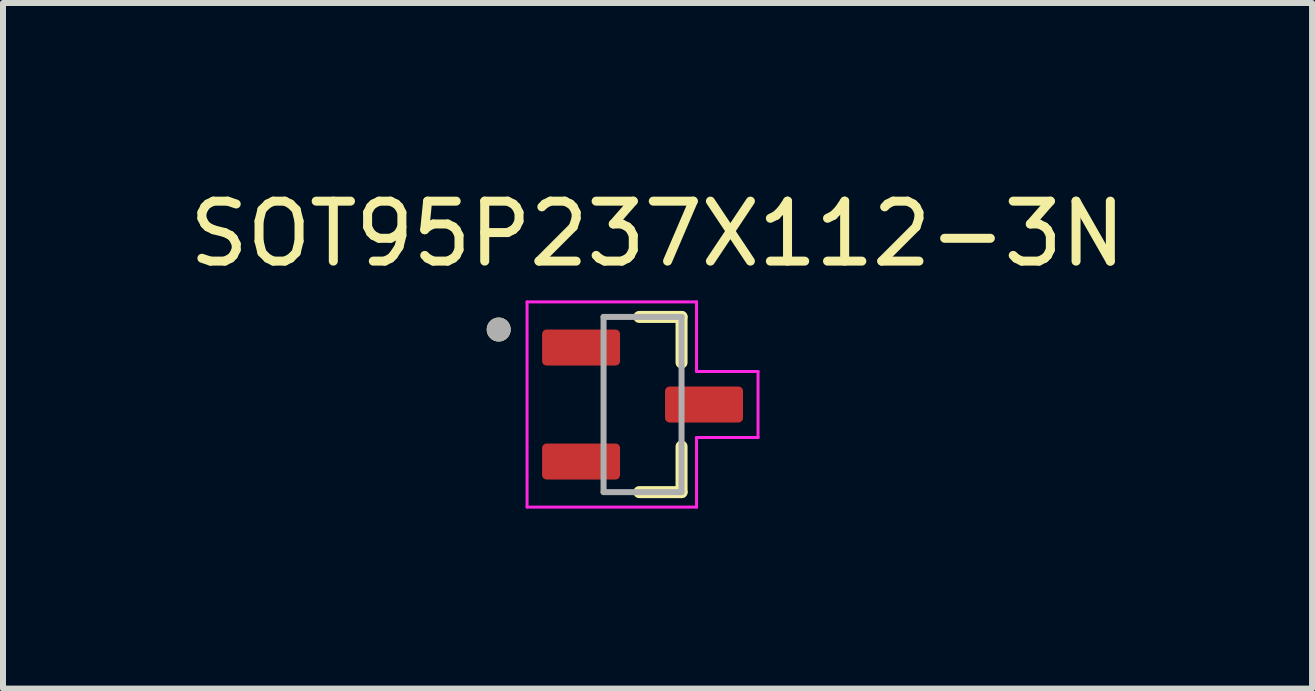
<source format=kicad_pcb>
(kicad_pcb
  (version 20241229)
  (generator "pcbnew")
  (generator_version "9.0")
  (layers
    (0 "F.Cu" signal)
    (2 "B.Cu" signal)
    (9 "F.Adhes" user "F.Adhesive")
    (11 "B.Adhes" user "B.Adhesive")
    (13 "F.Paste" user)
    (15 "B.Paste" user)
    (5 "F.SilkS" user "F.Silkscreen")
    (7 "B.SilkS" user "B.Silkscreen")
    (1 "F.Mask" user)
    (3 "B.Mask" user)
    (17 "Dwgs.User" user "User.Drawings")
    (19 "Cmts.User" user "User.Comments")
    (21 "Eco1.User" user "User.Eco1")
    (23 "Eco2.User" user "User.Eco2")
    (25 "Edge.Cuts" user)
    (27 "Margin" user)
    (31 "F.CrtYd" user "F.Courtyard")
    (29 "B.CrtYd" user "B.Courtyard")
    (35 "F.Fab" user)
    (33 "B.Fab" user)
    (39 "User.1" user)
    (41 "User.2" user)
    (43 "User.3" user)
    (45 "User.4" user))
  (footprint "SOT95P237X112-3N"
    (layer "F.Cu")
    (at 7.661 3.693)
    (property "Reference" "SOT95P237X112-3N" (at 0.25 -2.845 0) (layer "F.SilkS") (effects (font (size 1 1) (thickness 0.15))))
    (attr smd)
    (fp_line (start -0.055 -1.46) (end 0.65 -1.46) (stroke (width 0.2) (type solid)) (layer "F.SilkS"))
    (fp_line (start 0.65 -1.46) (end 0.65 -0.7) (stroke (width 0.2) (type solid)) (layer "F.SilkS"))
    (fp_line (start 0.65 1.46) (end -0.055 1.46) (stroke (width 0.2) (type solid)) (layer "F.SilkS"))
    (fp_line (start 0.65 1.46) (end 0.65 0.7) (stroke (width 0.2) (type solid)) (layer "F.SilkS"))
    (fp_circle (center -2.398 -1.25) (end -2.298 -1.25) (stroke (width 0.2) (type solid)) (fill no) (layer "F.SilkS"))
    (fp_line (start -1.925 -1.71) (end -1.925 1.71) (stroke (width 0.05) (type solid)) (layer "F.CrtYd"))
    (fp_line (start -1.925 1.71) (end 0.9 1.71) (stroke (width 0.05) (type solid)) (layer "F.CrtYd"))
    (fp_line (start 0.9 -1.71) (end -1.925 -1.71) (stroke (width 0.05) (type solid)) (layer "F.CrtYd"))
    (fp_line (start 0.9 -0.55) (end 0.9 -1.71) (stroke (width 0.05) (type solid)) (layer "F.CrtYd"))
    (fp_line (start 0.9 1.71) (end 0.9 0.55) (stroke (width 0.05) (type solid)) (layer "F.CrtYd"))
    (fp_line (start 1.925 -0.55) (end 0.9 -0.55) (stroke (width 0.05) (type solid)) (layer "F.CrtYd"))
    (fp_line (start 1.925 0.55) (end 0.9 0.55) (stroke (width 0.05) (type solid)) (layer "F.CrtYd"))
    (fp_line (start 1.925 0.55) (end 1.925 -0.55) (stroke (width 0.05) (type solid)) (layer "F.CrtYd"))
    (fp_line (start -0.65 -1.46) (end 0.65 -1.46) (stroke (width 0.1) (type solid)) (layer "F.Fab"))
    (fp_line (start -0.65 1.46) (end -0.65 -1.46) (stroke (width 0.1) (type solid)) (layer "F.Fab"))
    (fp_line (start 0.65 -1.46) (end 0.65 1.46) (stroke (width 0.1) (type solid)) (layer "F.Fab"))
    (fp_line (start 0.65 1.46) (end -0.65 1.46) (stroke (width 0.1) (type solid)) (layer "F.Fab"))
    (fp_circle (center -2.398 -1.25) (end -2.298 -1.25) (stroke (width 0.2) (type solid)) (fill no) (layer "F.Fab"))
    (pad "1" smd roundrect (at -1.025 -0.95) (size 1.3 0.6) (layers "F.Cu" "F.Mask" "F.Paste") (roundrect_rratio 0.125))
    (pad "2" smd roundrect (at -1.025 0.95) (size 1.3 0.6) (layers "F.Cu" "F.Mask" "F.Paste") (roundrect_rratio 0.125))
    (pad "3" smd roundrect (at 1.025 0) (size 1.3 0.6) (layers "F.Cu" "F.Mask" "F.Paste") (roundrect_rratio 0.125)))
  (gr_rect
    (start -3 -3)
    (end 18.821 8.428)
    (stroke (width 0.1) (type default))
    (fill no)
    (layer "Edge.Cuts")))
</source>
